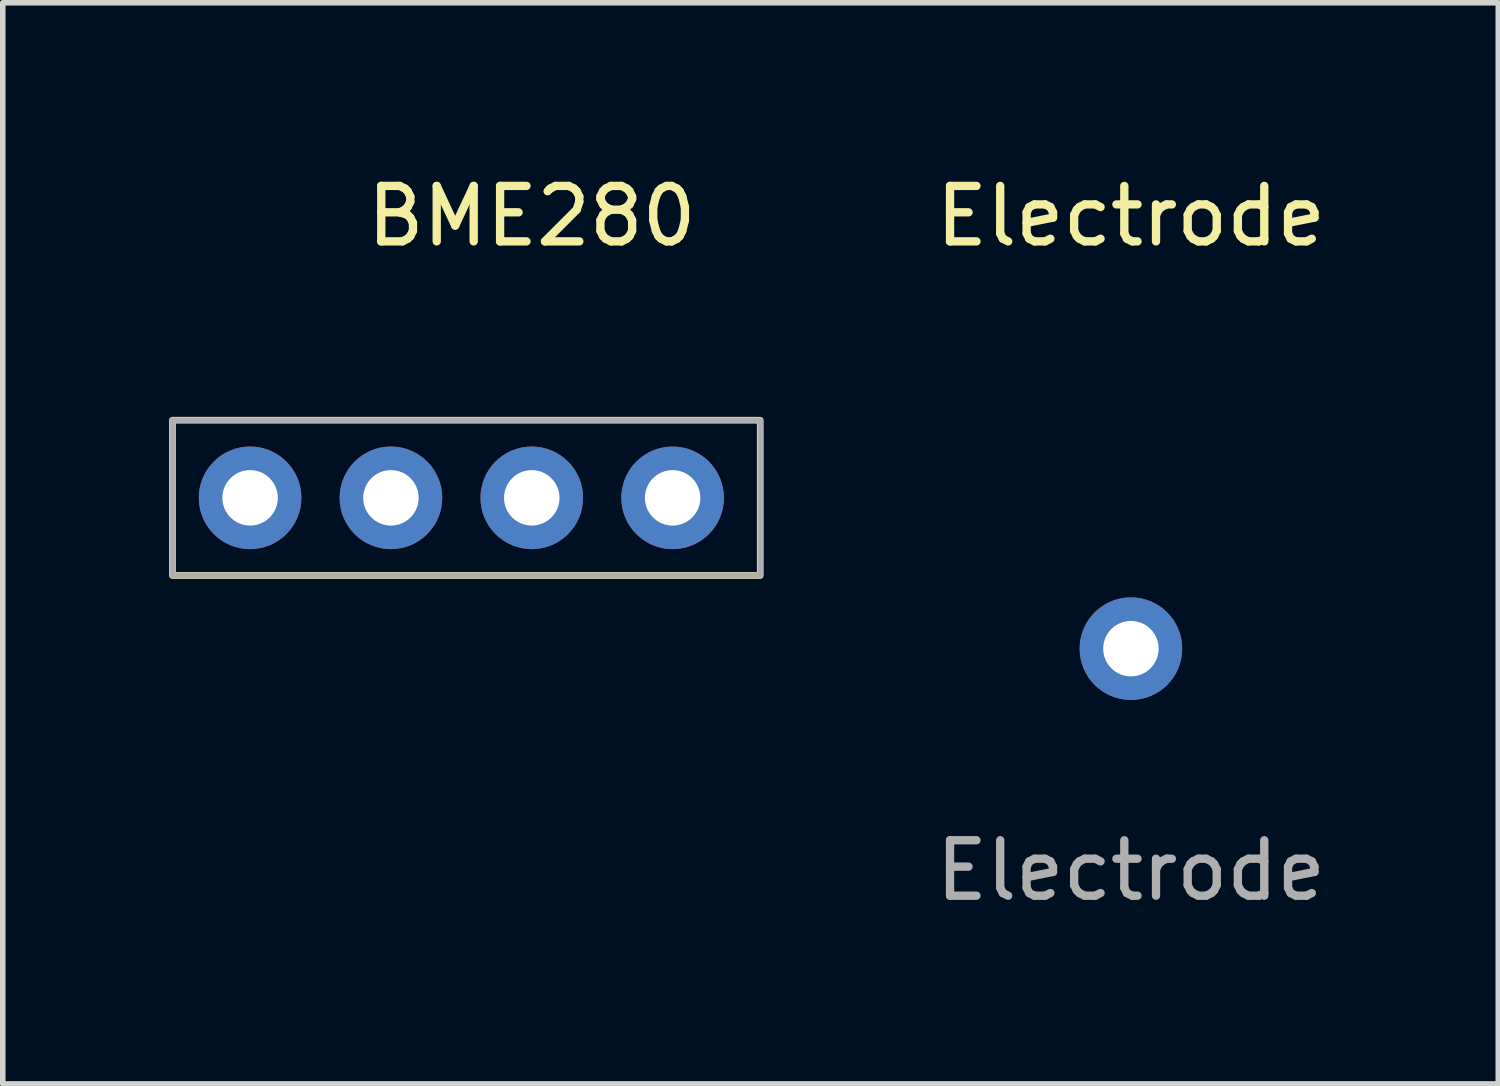
<source format=kicad_pcb>
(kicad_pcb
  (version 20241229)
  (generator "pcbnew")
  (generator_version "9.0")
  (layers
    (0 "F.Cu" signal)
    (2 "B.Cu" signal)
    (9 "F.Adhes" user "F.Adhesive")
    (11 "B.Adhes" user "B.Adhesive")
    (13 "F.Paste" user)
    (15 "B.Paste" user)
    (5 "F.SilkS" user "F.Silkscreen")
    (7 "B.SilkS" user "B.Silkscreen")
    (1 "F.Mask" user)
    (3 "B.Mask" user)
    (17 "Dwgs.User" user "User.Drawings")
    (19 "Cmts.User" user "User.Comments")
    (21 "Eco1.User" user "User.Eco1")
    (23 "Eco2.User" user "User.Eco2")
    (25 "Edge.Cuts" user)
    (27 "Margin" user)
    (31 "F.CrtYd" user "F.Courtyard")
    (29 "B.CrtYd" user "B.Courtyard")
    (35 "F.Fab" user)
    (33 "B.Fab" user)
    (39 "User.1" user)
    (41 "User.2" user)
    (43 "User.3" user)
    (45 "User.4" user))
  (footprint "Electrode"
    (layer "F.Cu")
    (at 17.345 8.648)
    (property "Reference" "Electrode" (at 0 -7.8 0) (unlocked yes) (layer "F.SilkS") (effects (font (size 1 1) (thickness 0.15))))
    (attr smd)
    (fp_text user "${REFERENCE}" (at 0 4 0) (unlocked yes) (layer "F.Fab") (effects (font (size 1 1) (thickness 0.15))))
    (pad "1" thru_hole circle (at 0 0) (size 1.85 1.85) (drill 1) (layers "*.Cu" "*.Mask")))
  (footprint "BME280"
    (layer "F.Cu")
    (at 1.46 5.928)
    (property "Reference" "BME280" (at 5.08 -5.08 0) (unlocked yes) (layer "F.SilkS") (effects (font (size 1 1) (thickness 0.15))))
    (attr through_hole)
    (fp_rect (start -1.4 1.4) (end 9.2 -1.4) (stroke (width 0.12) (type solid)) (fill no) (layer "F.SilkS"))
    (fp_rect (start -1.4 1.4) (end 9.2 -1.4) (stroke (width 0.1) (type solid)) (fill no) (layer "F.Fab"))
    (pad "1" thru_hole circle (at 0 0) (size 1.85 1.85) (drill 1) (layers "*.Cu" "*.Mask"))
    (pad "2" thru_hole circle (at 2.54 0) (size 1.85 1.85) (drill 1) (layers "*.Cu" "*.Mask"))
    (pad "3" thru_hole circle (at 5.08 0 90) (size 1.85 1.85) (drill 1) (layers "*.Cu" "*.Mask"))
    (pad "4" thru_hole circle (at 7.62 0) (size 1.85 1.85) (drill 1) (layers "*.Cu" "*.Mask")))
  (gr_rect
    (start -3 -3)
    (end 23.97 16.497)
    (stroke (width 0.1) (type default))
    (fill no)
    (layer "Edge.Cuts")))
</source>
